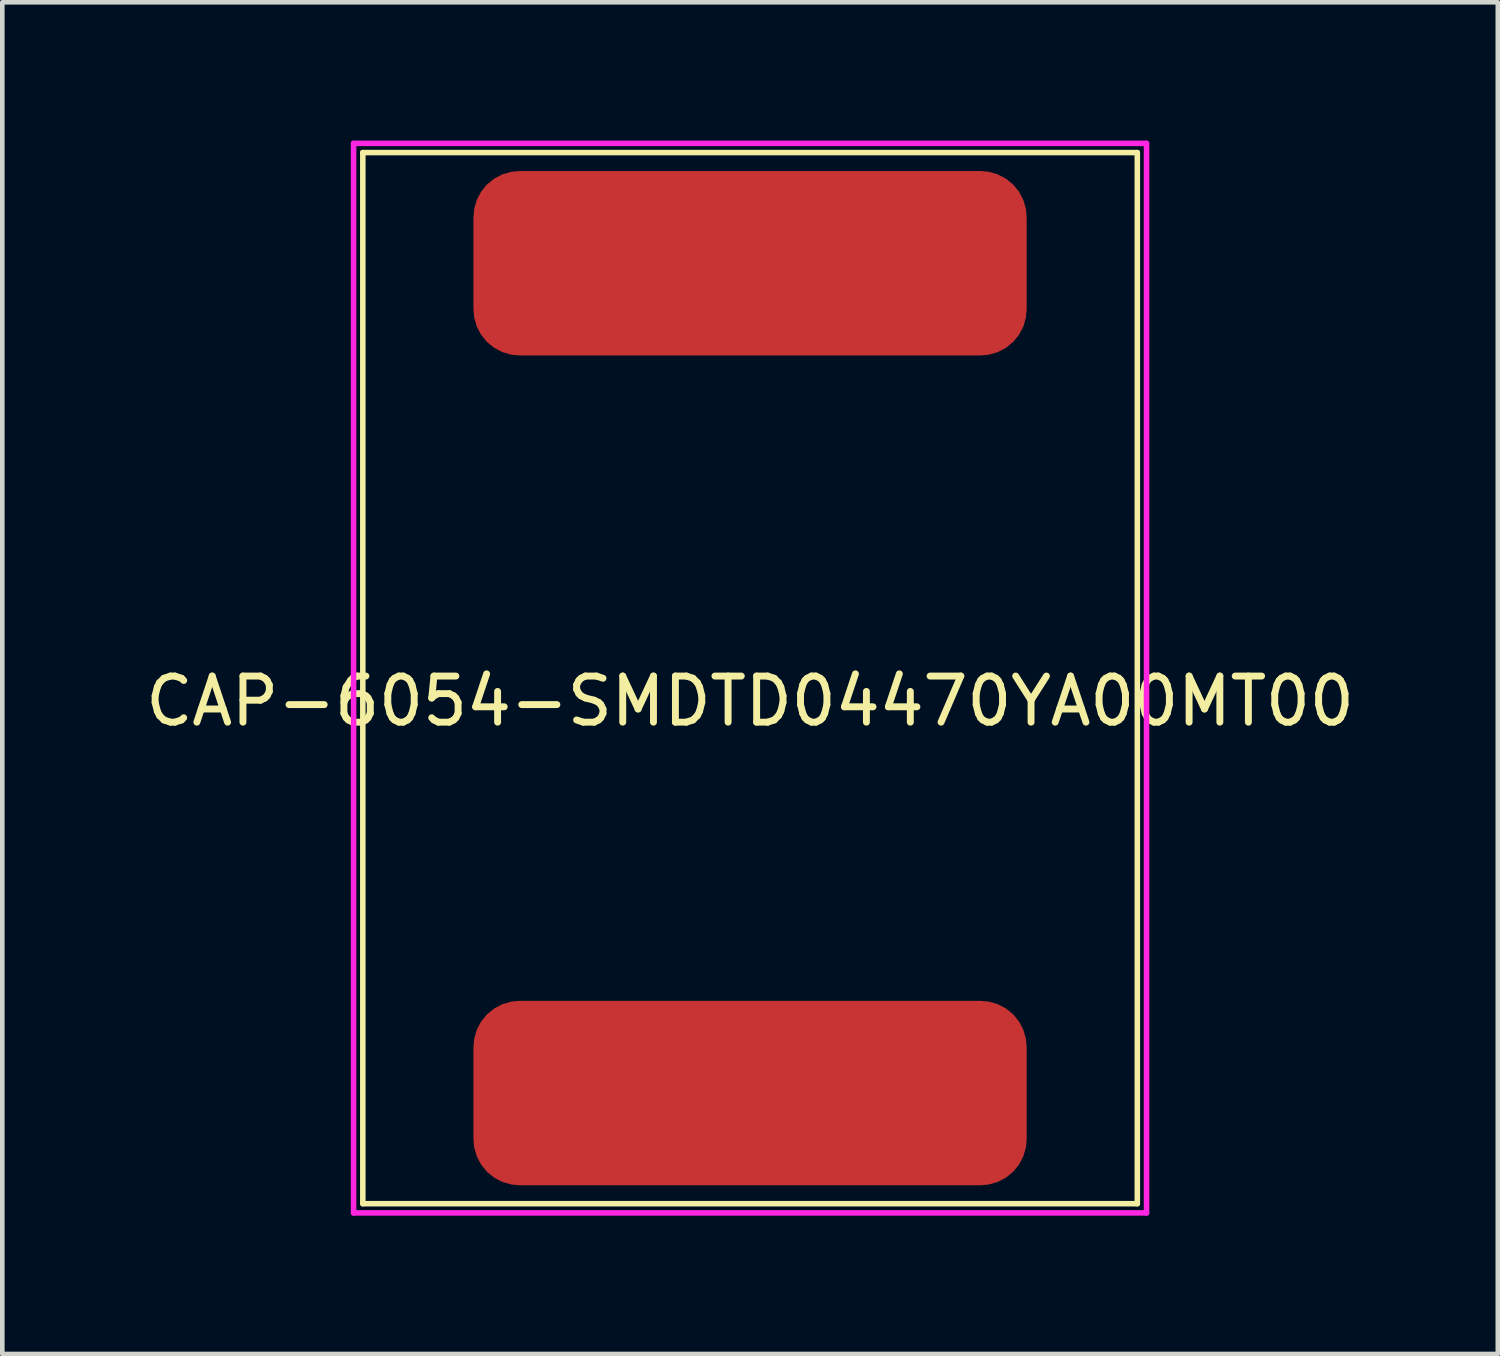
<source format=kicad_pcb>
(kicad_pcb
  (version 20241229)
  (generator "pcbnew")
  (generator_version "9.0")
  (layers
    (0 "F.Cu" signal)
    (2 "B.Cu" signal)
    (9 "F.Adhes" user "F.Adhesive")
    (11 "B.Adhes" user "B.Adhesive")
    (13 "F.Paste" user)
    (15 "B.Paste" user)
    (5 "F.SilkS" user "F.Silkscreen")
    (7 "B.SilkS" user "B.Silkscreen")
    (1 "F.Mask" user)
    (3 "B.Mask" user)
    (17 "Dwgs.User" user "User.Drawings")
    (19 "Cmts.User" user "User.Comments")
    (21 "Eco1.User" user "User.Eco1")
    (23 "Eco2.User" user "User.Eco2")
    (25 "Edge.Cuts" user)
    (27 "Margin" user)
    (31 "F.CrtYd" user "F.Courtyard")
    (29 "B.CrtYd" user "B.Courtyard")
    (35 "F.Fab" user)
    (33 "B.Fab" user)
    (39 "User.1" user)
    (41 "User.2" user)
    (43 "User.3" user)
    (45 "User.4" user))
  (footprint "CAP-6054-SMDTD04470YA00MT00"
    (layer "F.Cu")
    (at 13.22 11.66)
    (property "Reference" "CAP-6054-SMDTD04470YA00MT00" (at 0 0.5 0) (layer "F.SilkS") (effects (font (size 1 1) (thickness 0.15))))
    (attr through_hole)
    (fp_line (start -8.4 -11.4) (end 8.4 -11.4) (stroke (width 0.12) (type solid)) (layer "F.SilkS"))
    (fp_line (start -8.4 11.4) (end -8.4 -11.4) (stroke (width 0.12) (type solid)) (layer "F.SilkS"))
    (fp_line (start 8.4 -11.4) (end 8.4 11.4) (stroke (width 0.12) (type solid)) (layer "F.SilkS"))
    (fp_line (start 8.4 11.4) (end -8.4 11.4) (stroke (width 0.12) (type solid)) (layer "F.SilkS"))
    (fp_line (start -8.6 -11.6) (end 8.6 -11.6) (stroke (width 0.12) (type solid)) (layer "F.CrtYd"))
    (fp_line (start -8.6 11.6) (end -8.6 -11.6) (stroke (width 0.12) (type solid)) (layer "F.CrtYd"))
    (fp_line (start 8.6 -11.6) (end 8.6 11.6) (stroke (width 0.12) (type solid)) (layer "F.CrtYd"))
    (fp_line (start 8.6 11.6) (end -8.6 11.6) (stroke (width 0.12) (type solid)) (layer "F.CrtYd"))
    (pad "1" smd roundrect (at 0 -9) (size 12 4) (layers "F.Cu" "F.Mask" "F.Paste") (roundrect_rratio 0.25))
    (pad "2" smd roundrect (at 0 9 180) (size 12 4) (layers "F.Cu" "F.Mask" "F.Paste") (roundrect_rratio 0.25)))
  (gr_rect
    (start -3 -3)
    (end 29.44 26.32)
    (stroke (width 0.1) (type default))
    (fill no)
    (layer "Edge.Cuts")))
</source>
